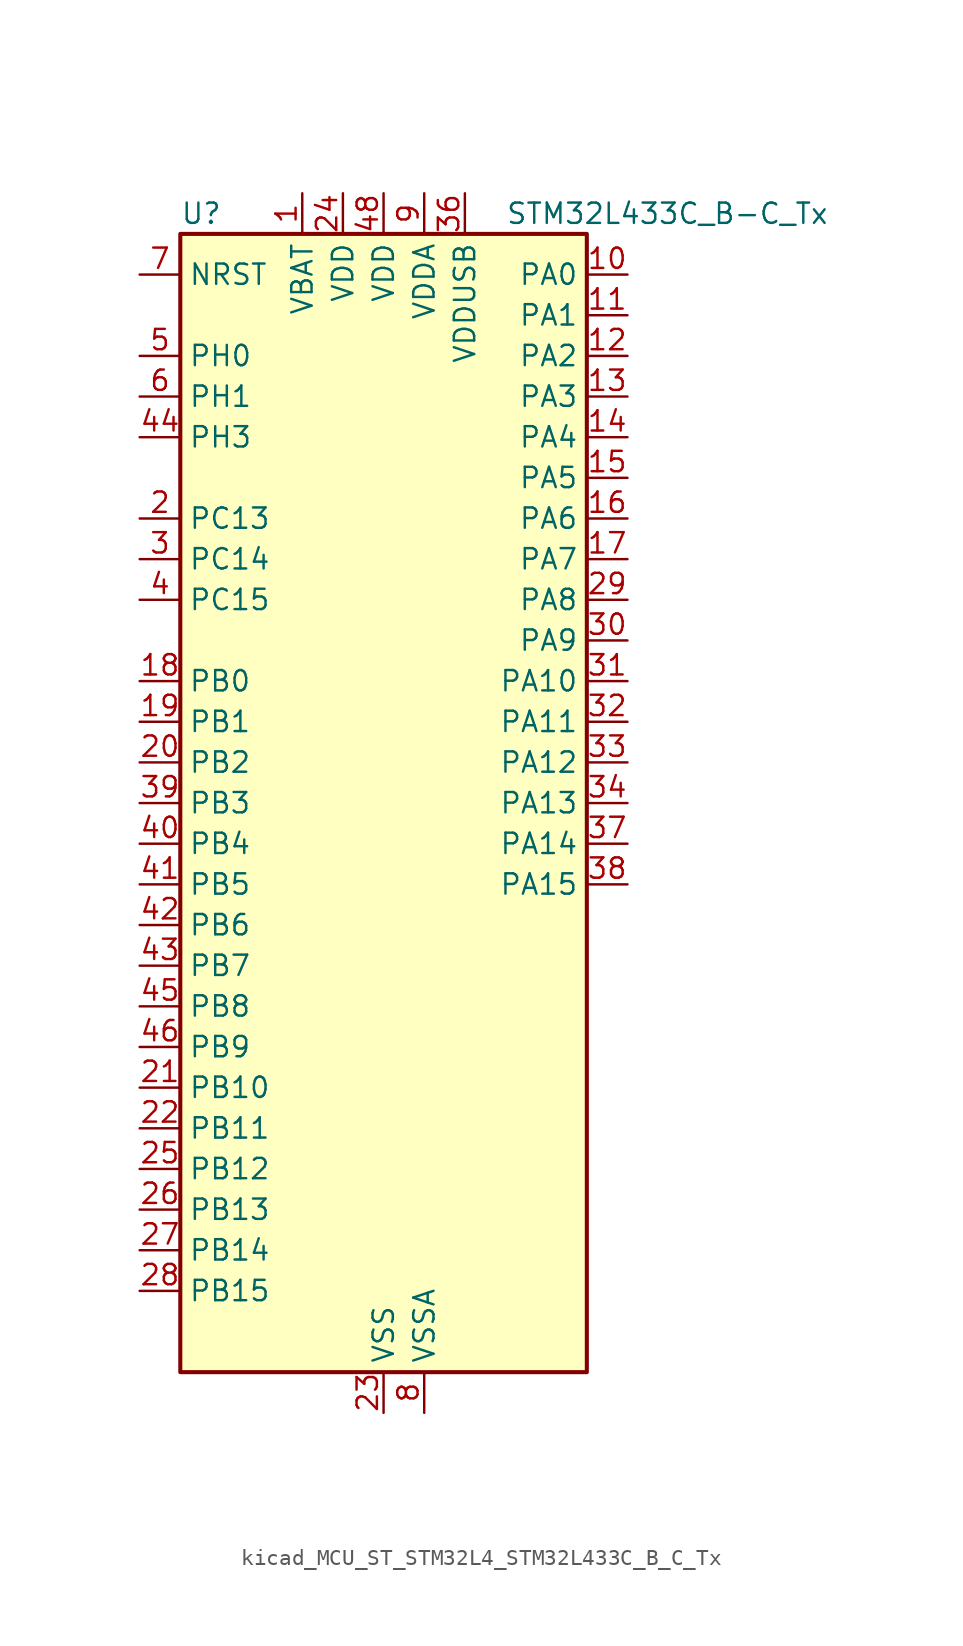
<source format=kicad_sym>
(kicad_symbol_lib
  (version 20220914)
  (generator kicad_symbol_editor)
  (symbol "kicad_MCU_ST_STM32L4_STM32L433C_B_C_Tx"
    (property "Reference" "U"
      (at -12.7 36.83 0)
      (effects (font (size 1.27 1.27)) (justify left)))
    (property "Value" "STM32L433C_B-C_Tx"
      (at 7.62 36.83 0)
      (effects (font (size 1.27 1.27)) (justify left)))
    (property "ki_locked" ""
      (at 0 0 0)
      (effects (font (size 1.27 1.27))))
    (symbol "kicad_MCU_ST_STM32L4_STM32L433C_B_C_Tx_0_1"
      (rectangle (start -12.7 -35.56) (end 12.7 35.56) (stroke (width 0.254) (type default)) (fill (type background))))
    (symbol "kicad_MCU_ST_STM32L4_STM32L433C_B_C_Tx_1_1"
      (pin power_in line (at -5.08 38.1 270) (length 2.54) (name "VBAT" (effects (font (size 1.27 1.27)))) (number "1" (effects (font (size 1.27 1.27)))))
      (pin bidirectional line (at 15.24 33.02 180) (length 2.54) (name "PA0" (effects (font (size 1.27 1.27)))) (number "10" (effects (font (size 1.27 1.27)))) (alternate "ADC1_IN5" bidirectional line) (alternate "COMP1_INM" bidirectional line) (alternate "COMP1_OUT" bidirectional line) (alternate "OPAMP1_VINP" bidirectional line) (alternate "RTC_TAMP2" bidirectional line) (alternate "SAI1_EXTCLK" bidirectional line) (alternate "SYS_WKUP1" bidirectional line) (alternate "TIM2_CH1" bidirectional line) (alternate "TIM2_ETR" bidirectional line) (alternate "USART2_CTS" bidirectional line))
      (pin bidirectional line (at 15.24 30.48 180) (length 2.54) (name "PA1" (effects (font (size 1.27 1.27)))) (number "11" (effects (font (size 1.27 1.27)))) (alternate "ADC1_IN6" bidirectional line) (alternate "COMP1_INP" bidirectional line) (alternate "I2C1_SMBA" bidirectional line) (alternate "LCD_SEG0" bidirectional line) (alternate "OPAMP1_VINM" bidirectional line) (alternate "SPI1_SCK" bidirectional line) (alternate "TIM15_CH1N" bidirectional line) (alternate "TIM2_CH2" bidirectional line) (alternate "USART2_DE" bidirectional line) (alternate "USART2_RTS" bidirectional line))
      (pin bidirectional line (at 15.24 27.94 180) (length 2.54) (name "PA2" (effects (font (size 1.27 1.27)))) (number "12" (effects (font (size 1.27 1.27)))) (alternate "ADC1_IN7" bidirectional line) (alternate "COMP2_INM" bidirectional line) (alternate "COMP2_OUT" bidirectional line) (alternate "LCD_SEG1" bidirectional line) (alternate "LPUART1_TX" bidirectional line) (alternate "QUADSPI_BK1_NCS" bidirectional line) (alternate "RCC_LSCO" bidirectional line) (alternate "SYS_WKUP4" bidirectional line) (alternate "TIM15_CH1" bidirectional line) (alternate "TIM2_CH3" bidirectional line) (alternate "USART2_TX" bidirectional line))
      (pin bidirectional line (at 15.24 25.4 180) (length 2.54) (name "PA3" (effects (font (size 1.27 1.27)))) (number "13" (effects (font (size 1.27 1.27)))) (alternate "ADC1_IN8" bidirectional line) (alternate "COMP2_INP" bidirectional line) (alternate "LCD_SEG2" bidirectional line) (alternate "LPUART1_RX" bidirectional line) (alternate "OPAMP1_VOUT" bidirectional line) (alternate "QUADSPI_CLK" bidirectional line) (alternate "SAI1_MCLK_A" bidirectional line) (alternate "TIM15_CH2" bidirectional line) (alternate "TIM2_CH4" bidirectional line) (alternate "USART2_RX" bidirectional line))
      (pin bidirectional line (at 15.24 22.86 180) (length 2.54) (name "PA4" (effects (font (size 1.27 1.27)))) (number "14" (effects (font (size 1.27 1.27)))) (alternate "ADC1_IN9" bidirectional line) (alternate "COMP1_INM" bidirectional line) (alternate "COMP2_INM" bidirectional line) (alternate "DAC1_OUT1" bidirectional line) (alternate "LPTIM2_OUT" bidirectional line) (alternate "SAI1_FS_B" bidirectional line) (alternate "SPI1_NSS" bidirectional line) (alternate "SPI3_NSS" bidirectional line) (alternate "USART2_CK" bidirectional line))
      (pin bidirectional line (at 15.24 20.32 180) (length 2.54) (name "PA5" (effects (font (size 1.27 1.27)))) (number "15" (effects (font (size 1.27 1.27)))) (alternate "ADC1_IN10" bidirectional line) (alternate "COMP1_INM" bidirectional line) (alternate "COMP2_INM" bidirectional line) (alternate "DAC1_OUT2" bidirectional line) (alternate "LPTIM2_ETR" bidirectional line) (alternate "SPI1_SCK" bidirectional line) (alternate "TIM2_CH1" bidirectional line) (alternate "TIM2_ETR" bidirectional line))
      (pin bidirectional line (at 15.24 17.78 180) (length 2.54) (name "PA6" (effects (font (size 1.27 1.27)))) (number "16" (effects (font (size 1.27 1.27)))) (alternate "ADC1_IN11" bidirectional line) (alternate "COMP1_OUT" bidirectional line) (alternate "LCD_SEG3" bidirectional line) (alternate "LPUART1_CTS" bidirectional line) (alternate "QUADSPI_BK1_IO3" bidirectional line) (alternate "SPI1_MISO" bidirectional line) (alternate "TIM16_CH1" bidirectional line) (alternate "TIM1_BKIN" bidirectional line) (alternate "TIM1_BKIN_COMP2" bidirectional line) (alternate "USART3_CTS" bidirectional line))
      (pin bidirectional line (at 15.24 15.24 180) (length 2.54) (name "PA7" (effects (font (size 1.27 1.27)))) (number "17" (effects (font (size 1.27 1.27)))) (alternate "ADC1_IN12" bidirectional line) (alternate "COMP2_OUT" bidirectional line) (alternate "I2C3_SCL" bidirectional line) (alternate "LCD_SEG4" bidirectional line) (alternate "QUADSPI_BK1_IO2" bidirectional line) (alternate "SPI1_MOSI" bidirectional line) (alternate "TIM1_CH1N" bidirectional line))
      (pin bidirectional line (at -15.24 7.62 0) (length 2.54) (name "PB0" (effects (font (size 1.27 1.27)))) (number "18" (effects (font (size 1.27 1.27)))) (alternate "ADC1_IN15" bidirectional line) (alternate "COMP1_OUT" bidirectional line) (alternate "LCD_SEG5" bidirectional line) (alternate "QUADSPI_BK1_IO1" bidirectional line) (alternate "SAI1_EXTCLK" bidirectional line) (alternate "SPI1_NSS" bidirectional line) (alternate "TIM1_CH2N" bidirectional line) (alternate "USART3_CK" bidirectional line))
      (pin bidirectional line (at -15.24 5.08 0) (length 2.54) (name "PB1" (effects (font (size 1.27 1.27)))) (number "19" (effects (font (size 1.27 1.27)))) (alternate "ADC1_IN16" bidirectional line) (alternate "COMP1_INM" bidirectional line) (alternate "LCD_SEG6" bidirectional line) (alternate "LPTIM2_IN1" bidirectional line) (alternate "LPUART1_DE" bidirectional line) (alternate "LPUART1_RTS" bidirectional line) (alternate "QUADSPI_BK1_IO0" bidirectional line) (alternate "TIM1_CH3N" bidirectional line) (alternate "USART3_DE" bidirectional line) (alternate "USART3_RTS" bidirectional line))
      (pin bidirectional line (at -15.24 17.78 0) (length 2.54) (name "PC13" (effects (font (size 1.27 1.27)))) (number "2" (effects (font (size 1.27 1.27)))) (alternate "RTC_OUT_ALARM" bidirectional line) (alternate "RTC_OUT_CALIB" bidirectional line) (alternate "RTC_TAMP1" bidirectional line) (alternate "RTC_TS" bidirectional line) (alternate "SYS_WKUP2" bidirectional line))
      (pin bidirectional line (at -15.24 2.54 0) (length 2.54) (name "PB2" (effects (font (size 1.27 1.27)))) (number "20" (effects (font (size 1.27 1.27)))) (alternate "COMP1_INP" bidirectional line) (alternate "I2C3_SMBA" bidirectional line) (alternate "LCD_VLCD" bidirectional line) (alternate "LPTIM1_OUT" bidirectional line) (alternate "RTC_OUT_ALARM" bidirectional line) (alternate "RTC_OUT_CALIB" bidirectional line))
      (pin bidirectional line (at -15.24 -17.78 0) (length 2.54) (name "PB10" (effects (font (size 1.27 1.27)))) (number "21" (effects (font (size 1.27 1.27)))) (alternate "COMP1_OUT" bidirectional line) (alternate "I2C2_SCL" bidirectional line) (alternate "LCD_SEG10" bidirectional line) (alternate "LPUART1_RX" bidirectional line) (alternate "QUADSPI_CLK" bidirectional line) (alternate "SAI1_SCK_A" bidirectional line) (alternate "SPI2_SCK" bidirectional line) (alternate "TIM2_CH3" bidirectional line) (alternate "TSC_SYNC" bidirectional line) (alternate "USART3_TX" bidirectional line))
      (pin bidirectional line (at -15.24 -20.32 0) (length 2.54) (name "PB11" (effects (font (size 1.27 1.27)))) (number "22" (effects (font (size 1.27 1.27)))) (alternate "ADC1_EXTI11" bidirectional line) (alternate "COMP2_OUT" bidirectional line) (alternate "I2C2_SDA" bidirectional line) (alternate "LCD_SEG11" bidirectional line) (alternate "LPUART1_TX" bidirectional line) (alternate "QUADSPI_BK1_NCS" bidirectional line) (alternate "TIM2_CH4" bidirectional line) (alternate "USART3_RX" bidirectional line))
      (pin power_in line (at 0 -38.1 90) (length 2.54) (name "VSS" (effects (font (size 1.27 1.27)))) (number "23" (effects (font (size 1.27 1.27)))))
      (pin power_in line (at -2.54 38.1 270) (length 2.54) (name "VDD" (effects (font (size 1.27 1.27)))) (number "24" (effects (font (size 1.27 1.27)))))
      (pin bidirectional line (at -15.24 -22.86 0) (length 2.54) (name "PB12" (effects (font (size 1.27 1.27)))) (number "25" (effects (font (size 1.27 1.27)))) (alternate "I2C2_SMBA" bidirectional line) (alternate "LCD_SEG12" bidirectional line) (alternate "LPUART1_DE" bidirectional line) (alternate "LPUART1_RTS" bidirectional line) (alternate "SAI1_FS_A" bidirectional line) (alternate "SPI2_NSS" bidirectional line) (alternate "SWPMI1_IO" bidirectional line) (alternate "TIM15_BKIN" bidirectional line) (alternate "TIM1_BKIN" bidirectional line) (alternate "TIM1_BKIN_COMP2" bidirectional line) (alternate "TSC_G1_IO1" bidirectional line) (alternate "USART3_CK" bidirectional line))
      (pin bidirectional line (at -15.24 -25.4 0) (length 2.54) (name "PB13" (effects (font (size 1.27 1.27)))) (number "26" (effects (font (size 1.27 1.27)))) (alternate "I2C2_SCL" bidirectional line) (alternate "LCD_SEG13" bidirectional line) (alternate "LPUART1_CTS" bidirectional line) (alternate "SAI1_SCK_A" bidirectional line) (alternate "SPI2_SCK" bidirectional line) (alternate "SWPMI1_TX" bidirectional line) (alternate "TIM15_CH1N" bidirectional line) (alternate "TIM1_CH1N" bidirectional line) (alternate "TSC_G1_IO2" bidirectional line) (alternate "USART3_CTS" bidirectional line))
      (pin bidirectional line (at -15.24 -27.94 0) (length 2.54) (name "PB14" (effects (font (size 1.27 1.27)))) (number "27" (effects (font (size 1.27 1.27)))) (alternate "I2C2_SDA" bidirectional line) (alternate "LCD_SEG14" bidirectional line) (alternate "SAI1_MCLK_A" bidirectional line) (alternate "SPI2_MISO" bidirectional line) (alternate "SWPMI1_RX" bidirectional line) (alternate "TIM15_CH1" bidirectional line) (alternate "TIM1_CH2N" bidirectional line) (alternate "TSC_G1_IO3" bidirectional line) (alternate "USART3_DE" bidirectional line) (alternate "USART3_RTS" bidirectional line))
      (pin bidirectional line (at -15.24 -30.48 0) (length 2.54) (name "PB15" (effects (font (size 1.27 1.27)))) (number "28" (effects (font (size 1.27 1.27)))) (alternate "ADC1_EXTI15" bidirectional line) (alternate "LCD_SEG15" bidirectional line) (alternate "RTC_REFIN" bidirectional line) (alternate "SAI1_SD_A" bidirectional line) (alternate "SPI2_MOSI" bidirectional line) (alternate "SWPMI1_SUSPEND" bidirectional line) (alternate "TIM15_CH2" bidirectional line) (alternate "TIM1_CH3N" bidirectional line) (alternate "TSC_G1_IO4" bidirectional line))
      (pin bidirectional line (at 15.24 12.7 180) (length 2.54) (name "PA8" (effects (font (size 1.27 1.27)))) (number "29" (effects (font (size 1.27 1.27)))) (alternate "LCD_COM0" bidirectional line) (alternate "LPTIM2_OUT" bidirectional line) (alternate "RCC_MCO" bidirectional line) (alternate "SAI1_SCK_A" bidirectional line) (alternate "SWPMI1_IO" bidirectional line) (alternate "TIM1_CH1" bidirectional line) (alternate "USART1_CK" bidirectional line))
      (pin bidirectional line (at -15.24 15.24 0) (length 2.54) (name "PC14" (effects (font (size 1.27 1.27)))) (number "3" (effects (font (size 1.27 1.27)))) (alternate "RCC_OSC32_IN" bidirectional line))
      (pin bidirectional line (at 15.24 10.16 180) (length 2.54) (name "PA9" (effects (font (size 1.27 1.27)))) (number "30" (effects (font (size 1.27 1.27)))) (alternate "DAC1_EXTI9" bidirectional line) (alternate "I2C1_SCL" bidirectional line) (alternate "LCD_COM1" bidirectional line) (alternate "SAI1_FS_A" bidirectional line) (alternate "TIM15_BKIN" bidirectional line) (alternate "TIM1_CH2" bidirectional line) (alternate "USART1_TX" bidirectional line))
      (pin bidirectional line (at 15.24 7.62 180) (length 2.54) (name "PA10" (effects (font (size 1.27 1.27)))) (number "31" (effects (font (size 1.27 1.27)))) (alternate "CRS_SYNC" bidirectional line) (alternate "I2C1_SDA" bidirectional line) (alternate "LCD_COM2" bidirectional line) (alternate "SAI1_SD_A" bidirectional line) (alternate "TIM1_CH3" bidirectional line) (alternate "USART1_RX" bidirectional line))
      (pin bidirectional line (at 15.24 5.08 180) (length 2.54) (name "PA11" (effects (font (size 1.27 1.27)))) (number "32" (effects (font (size 1.27 1.27)))) (alternate "ADC1_EXTI11" bidirectional line) (alternate "CAN1_RX" bidirectional line) (alternate "COMP1_OUT" bidirectional line) (alternate "SPI1_MISO" bidirectional line) (alternate "TIM1_BKIN2" bidirectional line) (alternate "TIM1_BKIN2_COMP1" bidirectional line) (alternate "TIM1_CH4" bidirectional line) (alternate "USART1_CTS" bidirectional line) (alternate "USB_DM" bidirectional line))
      (pin bidirectional line (at 15.24 2.54 180) (length 2.54) (name "PA12" (effects (font (size 1.27 1.27)))) (number "33" (effects (font (size 1.27 1.27)))) (alternate "CAN1_TX" bidirectional line) (alternate "SPI1_MOSI" bidirectional line) (alternate "TIM1_ETR" bidirectional line) (alternate "USART1_DE" bidirectional line) (alternate "USART1_RTS" bidirectional line) (alternate "USB_DP" bidirectional line))
      (pin bidirectional line (at 15.24 0 180) (length 2.54) (name "PA13" (effects (font (size 1.27 1.27)))) (number "34" (effects (font (size 1.27 1.27)))) (alternate "IR_OUT" bidirectional line) (alternate "SAI1_SD_B" bidirectional line) (alternate "SWPMI1_TX" bidirectional line) (alternate "SYS_JTMS-SWDIO" bidirectional line) (alternate "USB_NOE" bidirectional line))
      (pin passive line (at 0 -38.1 90) (length 2.54) hide (name "VSS" (effects (font (size 1.27 1.27)))) (number "35" (effects (font (size 1.27 1.27)))))
      (pin power_in line (at 5.08 38.1 270) (length 2.54) (name "VDDUSB" (effects (font (size 1.27 1.27)))) (number "36" (effects (font (size 1.27 1.27)))))
      (pin bidirectional line (at 15.24 -2.54 180) (length 2.54) (name "PA14" (effects (font (size 1.27 1.27)))) (number "37" (effects (font (size 1.27 1.27)))) (alternate "I2C1_SMBA" bidirectional line) (alternate "LPTIM1_OUT" bidirectional line) (alternate "SAI1_FS_B" bidirectional line) (alternate "SWPMI1_RX" bidirectional line) (alternate "SYS_JTCK-SWCLK" bidirectional line))
      (pin bidirectional line (at 15.24 -5.08 180) (length 2.54) (name "PA15" (effects (font (size 1.27 1.27)))) (number "38" (effects (font (size 1.27 1.27)))) (alternate "ADC1_EXTI15" bidirectional line) (alternate "LCD_SEG17" bidirectional line) (alternate "SPI1_NSS" bidirectional line) (alternate "SPI3_NSS" bidirectional line) (alternate "SWPMI1_SUSPEND" bidirectional line) (alternate "SYS_JTDI" bidirectional line) (alternate "TIM2_CH1" bidirectional line) (alternate "TIM2_ETR" bidirectional line) (alternate "USART2_RX" bidirectional line) (alternate "USART3_DE" bidirectional line) (alternate "USART3_RTS" bidirectional line))
      (pin bidirectional line (at -15.24 0 0) (length 2.54) (name "PB3" (effects (font (size 1.27 1.27)))) (number "39" (effects (font (size 1.27 1.27)))) (alternate "COMP2_INM" bidirectional line) (alternate "LCD_SEG7" bidirectional line) (alternate "SAI1_SCK_B" bidirectional line) (alternate "SPI1_SCK" bidirectional line) (alternate "SPI3_SCK" bidirectional line) (alternate "SYS_JTDO-SWO" bidirectional line) (alternate "TIM2_CH2" bidirectional line) (alternate "USART1_DE" bidirectional line) (alternate "USART1_RTS" bidirectional line))
      (pin bidirectional line (at -15.24 12.7 0) (length 2.54) (name "PC15" (effects (font (size 1.27 1.27)))) (number "4" (effects (font (size 1.27 1.27)))) (alternate "ADC1_EXTI15" bidirectional line) (alternate "RCC_OSC32_OUT" bidirectional line))
      (pin bidirectional line (at -15.24 -2.54 0) (length 2.54) (name "PB4" (effects (font (size 1.27 1.27)))) (number "40" (effects (font (size 1.27 1.27)))) (alternate "COMP2_INP" bidirectional line) (alternate "I2C3_SDA" bidirectional line) (alternate "LCD_SEG8" bidirectional line) (alternate "SAI1_MCLK_B" bidirectional line) (alternate "SPI1_MISO" bidirectional line) (alternate "SPI3_MISO" bidirectional line) (alternate "SYS_JTRST" bidirectional line) (alternate "TSC_G2_IO1" bidirectional line) (alternate "USART1_CTS" bidirectional line))
      (pin bidirectional line (at -15.24 -5.08 0) (length 2.54) (name "PB5" (effects (font (size 1.27 1.27)))) (number "41" (effects (font (size 1.27 1.27)))) (alternate "COMP2_OUT" bidirectional line) (alternate "I2C1_SMBA" bidirectional line) (alternate "LCD_SEG9" bidirectional line) (alternate "LPTIM1_IN1" bidirectional line) (alternate "SAI1_SD_B" bidirectional line) (alternate "SPI1_MOSI" bidirectional line) (alternate "SPI3_MOSI" bidirectional line) (alternate "TIM16_BKIN" bidirectional line) (alternate "TSC_G2_IO2" bidirectional line) (alternate "USART1_CK" bidirectional line))
      (pin bidirectional line (at -15.24 -7.62 0) (length 2.54) (name "PB6" (effects (font (size 1.27 1.27)))) (number "42" (effects (font (size 1.27 1.27)))) (alternate "COMP2_INP" bidirectional line) (alternate "I2C1_SCL" bidirectional line) (alternate "LPTIM1_ETR" bidirectional line) (alternate "SAI1_FS_B" bidirectional line) (alternate "TIM16_CH1N" bidirectional line) (alternate "TSC_G2_IO3" bidirectional line) (alternate "USART1_TX" bidirectional line))
      (pin bidirectional line (at -15.24 -10.16 0) (length 2.54) (name "PB7" (effects (font (size 1.27 1.27)))) (number "43" (effects (font (size 1.27 1.27)))) (alternate "COMP2_INM" bidirectional line) (alternate "I2C1_SDA" bidirectional line) (alternate "LCD_SEG21" bidirectional line) (alternate "LPTIM1_IN2" bidirectional line) (alternate "SYS_PVD_IN" bidirectional line) (alternate "TSC_G2_IO4" bidirectional line) (alternate "USART1_RX" bidirectional line))
      (pin bidirectional line (at -15.24 22.86 0) (length 2.54) (name "PH3" (effects (font (size 1.27 1.27)))) (number "44" (effects (font (size 1.27 1.27)))))
      (pin bidirectional line (at -15.24 -12.7 0) (length 2.54) (name "PB8" (effects (font (size 1.27 1.27)))) (number "45" (effects (font (size 1.27 1.27)))) (alternate "CAN1_RX" bidirectional line) (alternate "I2C1_SCL" bidirectional line) (alternate "LCD_SEG16" bidirectional line) (alternate "SAI1_MCLK_A" bidirectional line) (alternate "TIM16_CH1" bidirectional line))
      (pin bidirectional line (at -15.24 -15.24 0) (length 2.54) (name "PB9" (effects (font (size 1.27 1.27)))) (number "46" (effects (font (size 1.27 1.27)))) (alternate "CAN1_TX" bidirectional line) (alternate "DAC1_EXTI9" bidirectional line) (alternate "I2C1_SDA" bidirectional line) (alternate "IR_OUT" bidirectional line) (alternate "LCD_COM3" bidirectional line) (alternate "SAI1_FS_A" bidirectional line) (alternate "SPI2_NSS" bidirectional line))
      (pin passive line (at 0 -38.1 90) (length 2.54) hide (name "VSS" (effects (font (size 1.27 1.27)))) (number "47" (effects (font (size 1.27 1.27)))))
      (pin power_in line (at 0 38.1 270) (length 2.54) (name "VDD" (effects (font (size 1.27 1.27)))) (number "48" (effects (font (size 1.27 1.27)))))
      (pin bidirectional line (at -15.24 27.94 0) (length 2.54) (name "PH0" (effects (font (size 1.27 1.27)))) (number "5" (effects (font (size 1.27 1.27)))) (alternate "RCC_OSC_IN" bidirectional line))
      (pin bidirectional line (at -15.24 25.4 0) (length 2.54) (name "PH1" (effects (font (size 1.27 1.27)))) (number "6" (effects (font (size 1.27 1.27)))) (alternate "RCC_OSC_OUT" bidirectional line))
      (pin input line (at -15.24 33.02 0) (length 2.54) (name "NRST" (effects (font (size 1.27 1.27)))) (number "7" (effects (font (size 1.27 1.27)))))
      (pin power_in line (at 2.54 -38.1 90) (length 2.54) (name "VSSA" (effects (font (size 1.27 1.27)))) (number "8" (effects (font (size 1.27 1.27)))))
      (pin power_in line (at 2.54 38.1 270) (length 2.54) (name "VDDA" (effects (font (size 1.27 1.27)))) (number "9" (effects (font (size 1.27 1.27))))))))
</source>
